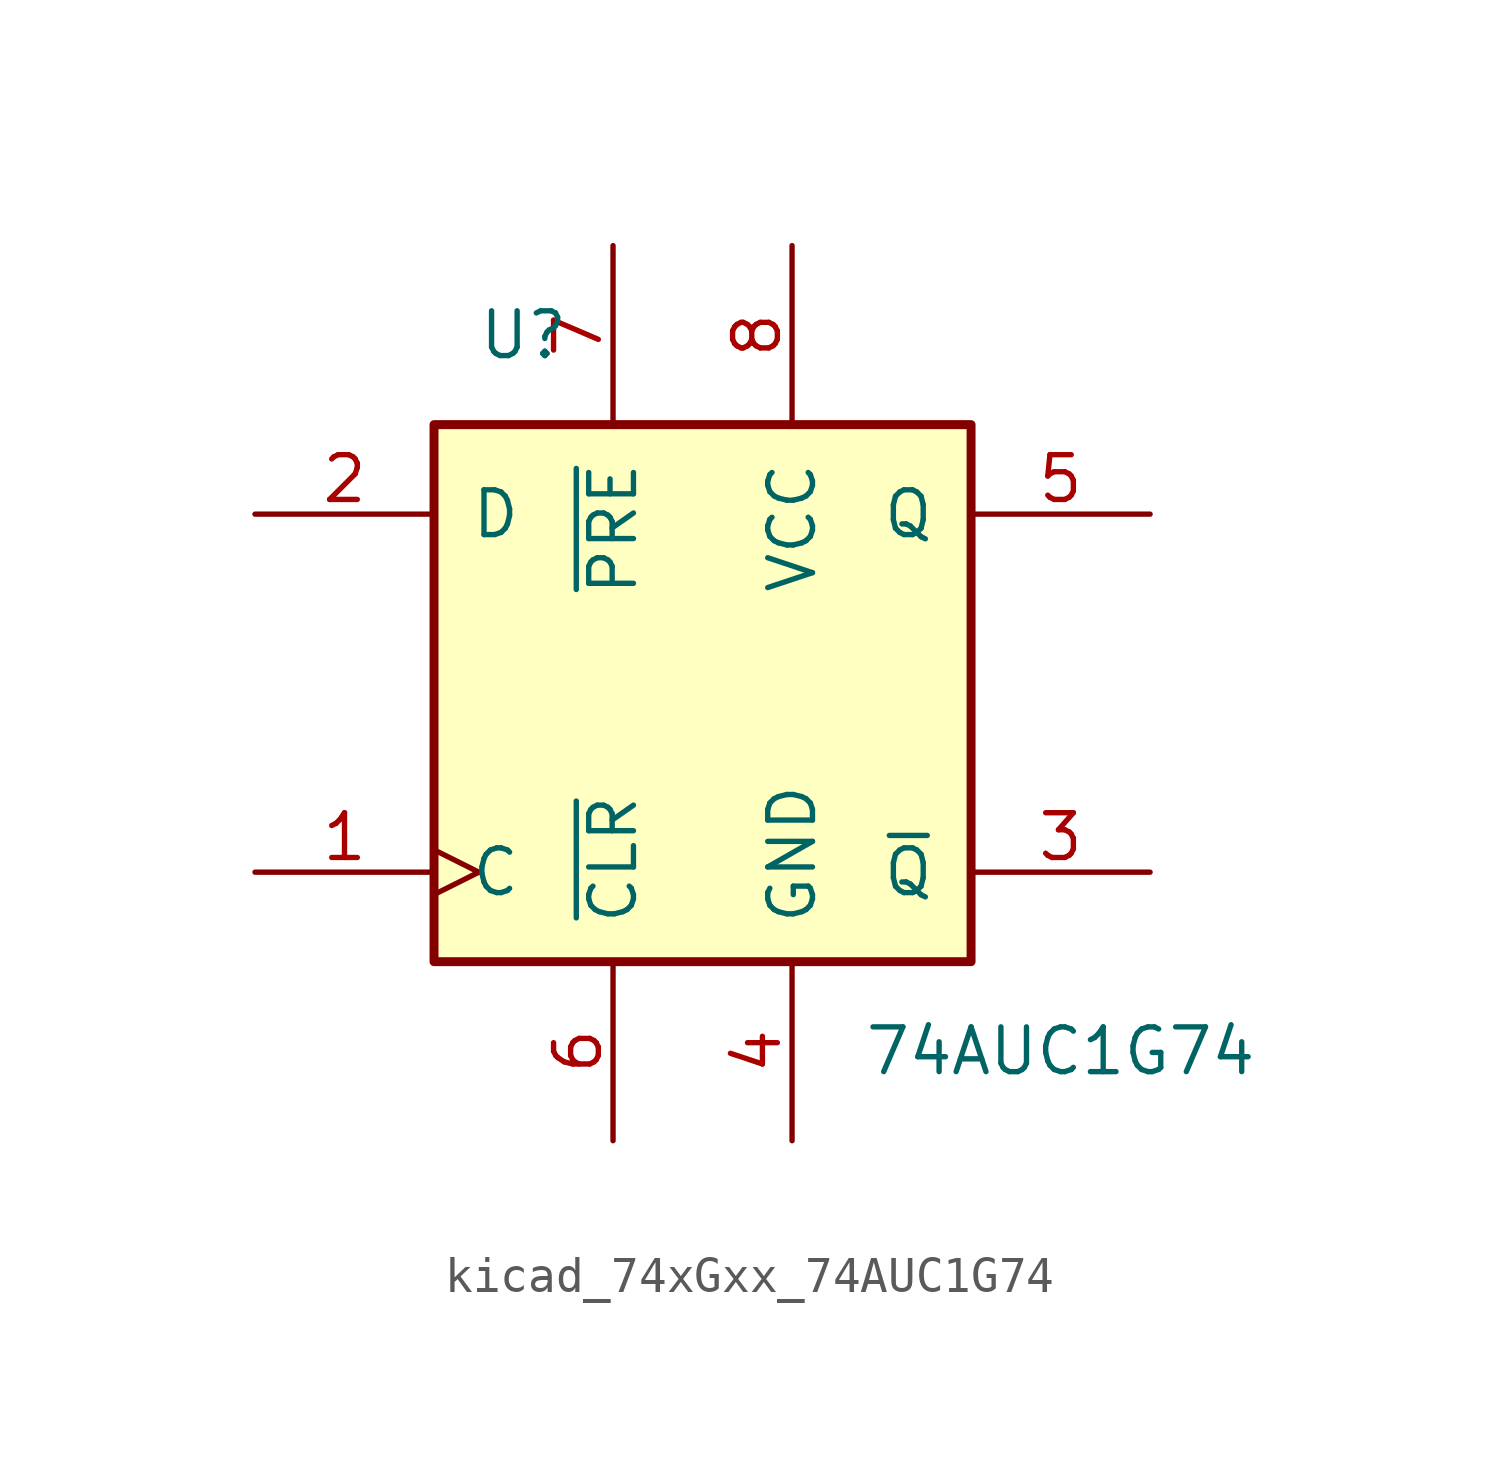
<source format=kicad_sym>
(kicad_symbol_lib
  (version 20220914)
  (generator kicad_symbol_editor)
  (symbol "kicad_74xGxx_74AUC1G74"
    (pin_names
      (offset 1.016))
    (property "Reference" "U"
      (at -5.08 10.16 0)
      (effects (font (size 1.27 1.27))))
    (property "Value" "74AUC1G74"
      (at 10.16 -10.16 0)
      (effects (font (size 1.27 1.27))))
    (symbol "kicad_74xGxx_74AUC1G74_0_1"
      (rectangle (start -7.62 7.62) (end 7.62 -7.62) (stroke (width 0.254) (type default)) (fill (type background))))
    (symbol "kicad_74xGxx_74AUC1G74_1_1"
      (pin input clock (at -12.7 -5.08 0) (length 5.08) (name "C" (effects (font (size 1.27 1.27)))) (number "1" (effects (font (size 1.27 1.27)))))
      (pin input line (at -12.7 5.08 0) (length 5.08) (name "D" (effects (font (size 1.27 1.27)))) (number "2" (effects (font (size 1.27 1.27)))))
      (pin output line (at 12.7 -5.08 180) (length 5.08) (name "~{Q}" (effects (font (size 1.27 1.27)))) (number "3" (effects (font (size 1.27 1.27)))))
      (pin power_in line (at 2.54 -12.7 90) (length 5.08) (name "GND" (effects (font (size 1.27 1.27)))) (number "4" (effects (font (size 1.27 1.27)))))
      (pin output line (at 12.7 5.08 180) (length 5.08) (name "Q" (effects (font (size 1.27 1.27)))) (number "5" (effects (font (size 1.27 1.27)))))
      (pin input line (at -2.54 -12.7 90) (length 5.08) (name "~{CLR}" (effects (font (size 1.27 1.27)))) (number "6" (effects (font (size 1.27 1.27)))))
      (pin input line (at -2.54 12.7 270) (length 5.08) (name "~{PRE}" (effects (font (size 1.27 1.27)))) (number "7" (effects (font (size 1.27 1.27)))))
      (pin power_in line (at 2.54 12.7 270) (length 5.08) (name "VCC" (effects (font (size 1.27 1.27)))) (number "8" (effects (font (size 1.27 1.27))))))))
</source>
